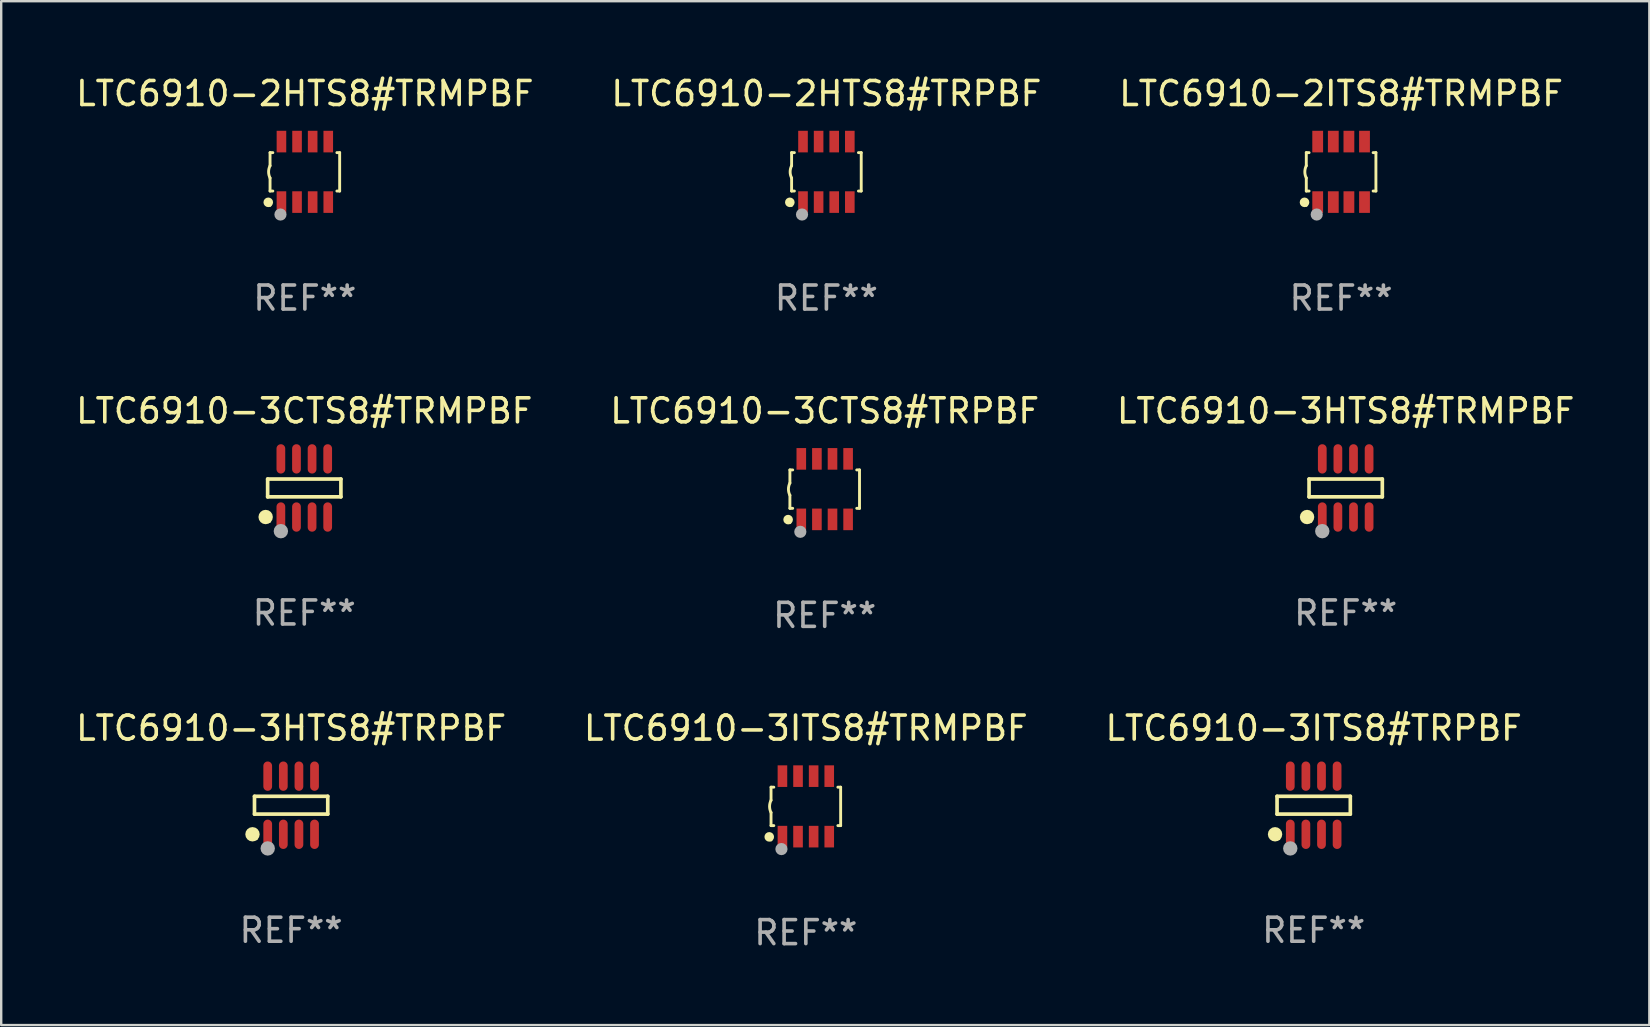
<source format=kicad_pcb>
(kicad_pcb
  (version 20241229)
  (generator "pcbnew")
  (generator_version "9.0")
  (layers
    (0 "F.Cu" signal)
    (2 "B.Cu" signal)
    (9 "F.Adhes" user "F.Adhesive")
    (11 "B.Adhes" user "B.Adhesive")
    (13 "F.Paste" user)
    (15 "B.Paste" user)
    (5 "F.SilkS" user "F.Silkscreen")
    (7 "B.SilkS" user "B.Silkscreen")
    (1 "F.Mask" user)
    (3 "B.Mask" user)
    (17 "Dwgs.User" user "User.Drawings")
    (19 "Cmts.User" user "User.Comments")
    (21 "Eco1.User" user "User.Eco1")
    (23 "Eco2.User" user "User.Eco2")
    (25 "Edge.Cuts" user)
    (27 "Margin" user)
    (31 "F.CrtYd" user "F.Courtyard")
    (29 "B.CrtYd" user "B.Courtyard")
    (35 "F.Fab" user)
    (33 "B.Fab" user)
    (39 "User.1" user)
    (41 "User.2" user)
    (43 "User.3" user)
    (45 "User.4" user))
  (footprint "LTC6910-3CTS8#TRPBF"
    (layer "F.Cu")
    (at 31.304 17.325)
    (property "Reference" "LTC6910-3CTS8#TRPBF" (at 0 -3.26 0) (layer "F.SilkS") (effects (font (size 1 1) (thickness 0.15))))
    (attr through_hole)
    (fp_line (start -1.45 -0.8) (end -1.45 -0.254) (stroke (width 0.12) (type solid)) (layer "F.SilkS"))
    (fp_line (start -1.45 -0.8) (end -1.334 -0.8) (stroke (width 0.12) (type solid)) (layer "F.SilkS"))
    (fp_line (start -1.45 0.8) (end -1.45 0.254) (stroke (width 0.12) (type solid)) (layer "F.SilkS"))
    (fp_line (start -1.45 0.8) (end -1.334 0.8) (stroke (width 0.12) (type solid)) (layer "F.SilkS"))
    (fp_line (start 1.334 -0.8) (end 1.45 -0.8) (stroke (width 0.12) (type solid)) (layer "F.SilkS"))
    (fp_line (start 1.334 0.8) (end 1.45 0.8) (stroke (width 0.12) (type solid)) (layer "F.SilkS"))
    (fp_line (start 1.45 0.8) (end 1.45 -0.8) (stroke (width 0.12) (type solid)) (layer "F.SilkS"))
    (fp_arc (start -1.45075 0.255144) (mid -1.510605 0.000434) (end -1.450013 -0.254102) (stroke (width 0.11999) (type solid)) (layer "F.SilkS"))
    (fp_circle (center -1.524 1.27) (end -1.424 1.27) (stroke (width 0.2) (type solid)) (fill no) (layer "F.SilkS"))
    (fp_circle (center -1.45 1.4) (end -1.42 1.4) (stroke (width 0.06) (type solid)) (fill no) (layer "F.SilkS"))
    (fp_circle (center -1.016 1.778) (end -0.889 1.778) (stroke (width 0.254) (type solid)) (fill no) (layer "F.Fab"))
    (fp_text user "REF**" (at 0 5.26 0) (layer "F.Fab") (effects (font (size 1 1) (thickness 0.15))))
    (pad "1" smd rect (at -0.975 1.26) (size 0.4 0.9) (layers "F.Cu" "F.Mask" "F.Paste"))
    (pad "2" smd rect (at -0.325 1.26) (size 0.4 0.9) (layers "F.Cu" "F.Mask" "F.Paste"))
    (pad "3" smd rect (at 0.325 1.26) (size 0.4 0.9) (layers "F.Cu" "F.Mask" "F.Paste"))
    (pad "4" smd rect (at 0.975 1.26) (size 0.4 0.9) (layers "F.Cu" "F.Mask" "F.Paste"))
    (pad "5" smd rect (at 0.975 -1.26) (size 0.4 0.9) (layers "F.Cu" "F.Mask" "F.Paste"))
    (pad "6" smd rect (at 0.325 -1.26) (size 0.4 0.9) (layers "F.Cu" "F.Mask" "F.Paste"))
    (pad "7" smd rect (at -0.325 -1.26) (size 0.4 0.9) (layers "F.Cu" "F.Mask" "F.Paste"))
    (pad "8" smd rect (at -0.975 -1.26) (size 0.4 0.9) (layers "F.Cu" "F.Mask" "F.Paste")))
  (footprint "LTC6910-2ITS8#TRMPBF"
    (layer "F.Cu")
    (at 52.815 4.108)
    (property "Reference" "LTC6910-2ITS8#TRMPBF" (at 0 -3.26 0) (layer "F.SilkS") (effects (font (size 1 1) (thickness 0.15))))
    (attr through_hole)
    (fp_line (start -1.45 -0.8) (end -1.45 -0.254) (stroke (width 0.12) (type solid)) (layer "F.SilkS"))
    (fp_line (start -1.45 -0.8) (end -1.334 -0.8) (stroke (width 0.12) (type solid)) (layer "F.SilkS"))
    (fp_line (start -1.45 0.8) (end -1.45 0.254) (stroke (width 0.12) (type solid)) (layer "F.SilkS"))
    (fp_line (start -1.45 0.8) (end -1.334 0.8) (stroke (width 0.12) (type solid)) (layer "F.SilkS"))
    (fp_line (start 1.334 -0.8) (end 1.45 -0.8) (stroke (width 0.12) (type solid)) (layer "F.SilkS"))
    (fp_line (start 1.334 0.8) (end 1.45 0.8) (stroke (width 0.12) (type solid)) (layer "F.SilkS"))
    (fp_line (start 1.45 0.8) (end 1.45 -0.8) (stroke (width 0.12) (type solid)) (layer "F.SilkS"))
    (fp_arc (start -1.45075 0.255144) (mid -1.510605 0.000434) (end -1.450013 -0.254102) (stroke (width 0.11999) (type solid)) (layer "F.SilkS"))
    (fp_circle (center -1.524 1.27) (end -1.424 1.27) (stroke (width 0.2) (type solid)) (fill no) (layer "F.SilkS"))
    (fp_circle (center -1.45 1.4) (end -1.42 1.4) (stroke (width 0.06) (type solid)) (fill no) (layer "F.SilkS"))
    (fp_circle (center -1.016 1.778) (end -0.889 1.778) (stroke (width 0.254) (type solid)) (fill no) (layer "F.Fab"))
    (fp_text user "REF**" (at 0 5.26 0) (layer "F.Fab") (effects (font (size 1 1) (thickness 0.15))))
    (pad "1" smd rect (at -0.975 1.26) (size 0.45 0.9) (layers "F.Cu" "F.Mask" "F.Paste"))
    (pad "2" smd rect (at -0.325 1.26) (size 0.45 0.9) (layers "F.Cu" "F.Mask" "F.Paste"))
    (pad "3" smd rect (at 0.325 1.26) (size 0.45 0.9) (layers "F.Cu" "F.Mask" "F.Paste"))
    (pad "4" smd rect (at 0.975 1.26) (size 0.45 0.9) (layers "F.Cu" "F.Mask" "F.Paste"))
    (pad "5" smd rect (at 0.975 -1.26) (size 0.45 0.9) (layers "F.Cu" "F.Mask" "F.Paste"))
    (pad "6" smd rect (at 0.325 -1.26) (size 0.45 0.9) (layers "F.Cu" "F.Mask" "F.Paste"))
    (pad "7" smd rect (at -0.325 -1.26) (size 0.45 0.9) (layers "F.Cu" "F.Mask" "F.Paste"))
    (pad "8" smd rect (at -0.975 -1.26) (size 0.45 0.9) (layers "F.Cu" "F.Mask" "F.Paste")))
  (footprint "LTC6910-3CTS8#TRMPBF"
    (layer "F.Cu")
    (at 9.625 17.276)
    (property "Reference" "LTC6910-3CTS8#TRMPBF" (at 0 -3.211 0) (layer "F.SilkS") (effects (font (size 1 1) (thickness 0.15))))
    (attr through_hole)
    (fp_line (start -1.526 -0.371) (end 1.526 -0.371) (stroke (width 0.152) (type solid)) (layer "F.SilkS"))
    (fp_line (start -1.526 0.371) (end -1.526 -0.371) (stroke (width 0.152) (type solid)) (layer "F.SilkS"))
    (fp_line (start 1.526 -0.371) (end 1.526 0.371) (stroke (width 0.152) (type solid)) (layer "F.SilkS"))
    (fp_line (start 1.526 0.371) (end -1.526 0.371) (stroke (width 0.152) (type solid)) (layer "F.SilkS"))
    (fp_circle (center -1.609 1.211) (end -1.459 1.211) (stroke (width 0.3) (type solid)) (fill no) (layer "F.SilkS"))
    (fp_circle (center -1.45 1.4) (end -1.42 1.4) (stroke (width 0.06) (type solid)) (fill no) (layer "F.SilkS"))
    (fp_circle (center -0.975 1.8) (end -0.825 1.8) (stroke (width 0.3) (type solid)) (fill no) (layer "F.Fab"))
    (fp_text user "REF**" (at 0 5.211 0) (layer "F.Fab") (effects (font (size 1 1) (thickness 0.15))))
    (pad "1" smd oval (at -0.975 1.211) (size 0.364 1.222) (layers "F.Cu" "F.Mask" "F.Paste"))
    (pad "2" smd oval (at -0.325 1.211) (size 0.364 1.222) (layers "F.Cu" "F.Mask" "F.Paste"))
    (pad "3" smd oval (at 0.325 1.211) (size 0.364 1.222) (layers "F.Cu" "F.Mask" "F.Paste"))
    (pad "4" smd oval (at 0.975 1.211) (size 0.364 1.222) (layers "F.Cu" "F.Mask" "F.Paste"))
    (pad "5" smd oval (at 0.975 -1.211) (size 0.364 1.222) (layers "F.Cu" "F.Mask" "F.Paste"))
    (pad "6" smd oval (at 0.325 -1.211) (size 0.364 1.222) (layers "F.Cu" "F.Mask" "F.Paste"))
    (pad "7" smd oval (at -0.325 -1.211) (size 0.364 1.222) (layers "F.Cu" "F.Mask" "F.Paste"))
    (pad "8" smd oval (at -0.975 -1.211) (size 0.364 1.222) (layers "F.Cu" "F.Mask" "F.Paste")))
  (footprint "LTC6910-3ITS8#TRMPBF"
    (layer "F.Cu")
    (at 30.518 30.541)
    (property "Reference" "LTC6910-3ITS8#TRMPBF" (at 0 -3.26 0) (layer "F.SilkS") (effects (font (size 1 1) (thickness 0.15))))
    (attr through_hole)
    (fp_line (start -1.45 -0.8) (end -1.45 -0.254) (stroke (width 0.12) (type solid)) (layer "F.SilkS"))
    (fp_line (start -1.45 -0.8) (end -1.334 -0.8) (stroke (width 0.12) (type solid)) (layer "F.SilkS"))
    (fp_line (start -1.45 0.8) (end -1.45 0.254) (stroke (width 0.12) (type solid)) (layer "F.SilkS"))
    (fp_line (start -1.45 0.8) (end -1.334 0.8) (stroke (width 0.12) (type solid)) (layer "F.SilkS"))
    (fp_line (start 1.334 -0.8) (end 1.45 -0.8) (stroke (width 0.12) (type solid)) (layer "F.SilkS"))
    (fp_line (start 1.334 0.8) (end 1.45 0.8) (stroke (width 0.12) (type solid)) (layer "F.SilkS"))
    (fp_line (start 1.45 0.8) (end 1.45 -0.8) (stroke (width 0.12) (type solid)) (layer "F.SilkS"))
    (fp_arc (start -1.45075 0.255144) (mid -1.510605 0.000434) (end -1.450013 -0.254102) (stroke (width 0.11999) (type solid)) (layer "F.SilkS"))
    (fp_circle (center -1.524 1.27) (end -1.424 1.27) (stroke (width 0.2) (type solid)) (fill no) (layer "F.SilkS"))
    (fp_circle (center -1.45 1.4) (end -1.42 1.4) (stroke (width 0.06) (type solid)) (fill no) (layer "F.SilkS"))
    (fp_circle (center -1.016 1.778) (end -0.889 1.778) (stroke (width 0.254) (type solid)) (fill no) (layer "F.Fab"))
    (fp_text user "REF**" (at 0 5.26 0) (layer "F.Fab") (effects (font (size 1 1) (thickness 0.15))))
    (pad "1" smd rect (at -0.975 1.26) (size 0.4 0.9) (layers "F.Cu" "F.Mask" "F.Paste"))
    (pad "2" smd rect (at -0.325 1.26) (size 0.4 0.9) (layers "F.Cu" "F.Mask" "F.Paste"))
    (pad "3" smd rect (at 0.325 1.26) (size 0.4 0.9) (layers "F.Cu" "F.Mask" "F.Paste"))
    (pad "4" smd rect (at 0.975 1.26) (size 0.4 0.9) (layers "F.Cu" "F.Mask" "F.Paste"))
    (pad "5" smd rect (at 0.975 -1.26) (size 0.4 0.9) (layers "F.Cu" "F.Mask" "F.Paste"))
    (pad "6" smd rect (at 0.325 -1.26) (size 0.4 0.9) (layers "F.Cu" "F.Mask" "F.Paste"))
    (pad "7" smd rect (at -0.325 -1.26) (size 0.4 0.9) (layers "F.Cu" "F.Mask" "F.Paste"))
    (pad "8" smd rect (at -0.975 -1.26) (size 0.4 0.9) (layers "F.Cu" "F.Mask" "F.Paste")))
  (footprint "LTC6910-2HTS8#TRMPBF"
    (layer "F.Cu")
    (at 9.649 4.108)
    (property "Reference" "LTC6910-2HTS8#TRMPBF" (at 0 -3.26 0) (layer "F.SilkS") (effects (font (size 1 1) (thickness 0.15))))
    (attr through_hole)
    (fp_line (start -1.45 -0.8) (end -1.45 -0.254) (stroke (width 0.12) (type solid)) (layer "F.SilkS"))
    (fp_line (start -1.45 -0.8) (end -1.334 -0.8) (stroke (width 0.12) (type solid)) (layer "F.SilkS"))
    (fp_line (start -1.45 0.8) (end -1.45 0.254) (stroke (width 0.12) (type solid)) (layer "F.SilkS"))
    (fp_line (start -1.45 0.8) (end -1.334 0.8) (stroke (width 0.12) (type solid)) (layer "F.SilkS"))
    (fp_line (start 1.334 -0.8) (end 1.45 -0.8) (stroke (width 0.12) (type solid)) (layer "F.SilkS"))
    (fp_line (start 1.334 0.8) (end 1.45 0.8) (stroke (width 0.12) (type solid)) (layer "F.SilkS"))
    (fp_line (start 1.45 0.8) (end 1.45 -0.8) (stroke (width 0.12) (type solid)) (layer "F.SilkS"))
    (fp_arc (start -1.45075 0.255144) (mid -1.510605 0.000434) (end -1.450013 -0.254102) (stroke (width 0.11999) (type solid)) (layer "F.SilkS"))
    (fp_circle (center -1.524 1.27) (end -1.424 1.27) (stroke (width 0.2) (type solid)) (fill no) (layer "F.SilkS"))
    (fp_circle (center -1.45 1.4) (end -1.42 1.4) (stroke (width 0.06) (type solid)) (fill no) (layer "F.SilkS"))
    (fp_circle (center -1.016 1.778) (end -0.889 1.778) (stroke (width 0.254) (type solid)) (fill no) (layer "F.Fab"))
    (fp_text user "REF**" (at 0 5.26 0) (layer "F.Fab") (effects (font (size 1 1) (thickness 0.15))))
    (pad "1" smd rect (at -0.975 1.26) (size 0.4 0.9) (layers "F.Cu" "F.Mask" "F.Paste"))
    (pad "2" smd rect (at -0.325 1.26) (size 0.4 0.9) (layers "F.Cu" "F.Mask" "F.Paste"))
    (pad "3" smd rect (at 0.325 1.26) (size 0.4 0.9) (layers "F.Cu" "F.Mask" "F.Paste"))
    (pad "4" smd rect (at 0.975 1.26) (size 0.4 0.9) (layers "F.Cu" "F.Mask" "F.Paste"))
    (pad "5" smd rect (at 0.975 -1.26) (size 0.4 0.9) (layers "F.Cu" "F.Mask" "F.Paste"))
    (pad "6" smd rect (at 0.325 -1.26) (size 0.4 0.9) (layers "F.Cu" "F.Mask" "F.Paste"))
    (pad "7" smd rect (at -0.325 -1.26) (size 0.4 0.9) (layers "F.Cu" "F.Mask" "F.Paste"))
    (pad "8" smd rect (at -0.975 -1.26) (size 0.4 0.9) (layers "F.Cu" "F.Mask" "F.Paste")))
  (footprint "LTC6910-3HTS8#TRPBF"
    (layer "F.Cu")
    (at 9.077 30.492)
    (property "Reference" "LTC6910-3HTS8#TRPBF" (at 0 -3.211 0) (layer "F.SilkS") (effects (font (size 1 1) (thickness 0.15))))
    (attr through_hole)
    (fp_line (start -1.526 -0.371) (end 1.526 -0.371) (stroke (width 0.152) (type solid)) (layer "F.SilkS"))
    (fp_line (start -1.526 0.371) (end -1.526 -0.371) (stroke (width 0.152) (type solid)) (layer "F.SilkS"))
    (fp_line (start 1.526 -0.371) (end 1.526 0.371) (stroke (width 0.152) (type solid)) (layer "F.SilkS"))
    (fp_line (start 1.526 0.371) (end -1.526 0.371) (stroke (width 0.152) (type solid)) (layer "F.SilkS"))
    (fp_circle (center -1.609 1.211) (end -1.459 1.211) (stroke (width 0.3) (type solid)) (fill no) (layer "F.SilkS"))
    (fp_circle (center -1.45 1.4) (end -1.42 1.4) (stroke (width 0.06) (type solid)) (fill no) (layer "F.SilkS"))
    (fp_circle (center -0.975 1.8) (end -0.825 1.8) (stroke (width 0.3) (type solid)) (fill no) (layer "F.Fab"))
    (fp_text user "REF**" (at 0 5.211 0) (layer "F.Fab") (effects (font (size 1 1) (thickness 0.15))))
    (pad "1" smd oval (at -0.975 1.211) (size 0.364 1.222) (layers "F.Cu" "F.Mask" "F.Paste"))
    (pad "2" smd oval (at -0.325 1.211) (size 0.364 1.222) (layers "F.Cu" "F.Mask" "F.Paste"))
    (pad "3" smd oval (at 0.325 1.211) (size 0.364 1.222) (layers "F.Cu" "F.Mask" "F.Paste"))
    (pad "4" smd oval (at 0.975 1.211) (size 0.364 1.222) (layers "F.Cu" "F.Mask" "F.Paste"))
    (pad "5" smd oval (at 0.975 -1.211) (size 0.364 1.222) (layers "F.Cu" "F.Mask" "F.Paste"))
    (pad "6" smd oval (at 0.325 -1.211) (size 0.364 1.222) (layers "F.Cu" "F.Mask" "F.Paste"))
    (pad "7" smd oval (at -0.325 -1.211) (size 0.364 1.222) (layers "F.Cu" "F.Mask" "F.Paste"))
    (pad "8" smd oval (at -0.975 -1.211) (size 0.364 1.222) (layers "F.Cu" "F.Mask" "F.Paste")))
  (footprint "LTC6910-3ITS8#TRPBF"
    (layer "F.Cu")
    (at 51.673 30.492)
    (property "Reference" "LTC6910-3ITS8#TRPBF" (at 0 -3.211 0) (layer "F.SilkS") (effects (font (size 1 1) (thickness 0.15))))
    (attr through_hole)
    (fp_line (start -1.526 -0.371) (end 1.526 -0.371) (stroke (width 0.152) (type solid)) (layer "F.SilkS"))
    (fp_line (start -1.526 0.371) (end -1.526 -0.371) (stroke (width 0.152) (type solid)) (layer "F.SilkS"))
    (fp_line (start 1.526 -0.371) (end 1.526 0.371) (stroke (width 0.152) (type solid)) (layer "F.SilkS"))
    (fp_line (start 1.526 0.371) (end -1.526 0.371) (stroke (width 0.152) (type solid)) (layer "F.SilkS"))
    (fp_circle (center -1.609 1.211) (end -1.459 1.211) (stroke (width 0.3) (type solid)) (fill no) (layer "F.SilkS"))
    (fp_circle (center -1.45 1.4) (end -1.42 1.4) (stroke (width 0.06) (type solid)) (fill no) (layer "F.SilkS"))
    (fp_circle (center -0.975 1.8) (end -0.825 1.8) (stroke (width 0.3) (type solid)) (fill no) (layer "F.Fab"))
    (fp_text user "REF**" (at 0 5.211 0) (layer "F.Fab") (effects (font (size 1 1) (thickness 0.15))))
    (pad "1" smd oval (at -0.975 1.211) (size 0.364 1.222) (layers "F.Cu" "F.Mask" "F.Paste"))
    (pad "2" smd oval (at -0.325 1.211) (size 0.364 1.222) (layers "F.Cu" "F.Mask" "F.Paste"))
    (pad "3" smd oval (at 0.325 1.211) (size 0.364 1.222) (layers "F.Cu" "F.Mask" "F.Paste"))
    (pad "4" smd oval (at 0.975 1.211) (size 0.364 1.222) (layers "F.Cu" "F.Mask" "F.Paste"))
    (pad "5" smd oval (at 0.975 -1.211) (size 0.364 1.222) (layers "F.Cu" "F.Mask" "F.Paste"))
    (pad "6" smd oval (at 0.325 -1.211) (size 0.364 1.222) (layers "F.Cu" "F.Mask" "F.Paste"))
    (pad "7" smd oval (at -0.325 -1.211) (size 0.364 1.222) (layers "F.Cu" "F.Mask" "F.Paste"))
    (pad "8" smd oval (at -0.975 -1.211) (size 0.364 1.222) (layers "F.Cu" "F.Mask" "F.Paste")))
  (footprint "LTC6910-2HTS8#TRPBF"
    (layer "F.Cu")
    (at 31.375 4.108)
    (property "Reference" "LTC6910-2HTS8#TRPBF" (at 0 -3.26 0) (layer "F.SilkS") (effects (font (size 1 1) (thickness 0.15))))
    (attr through_hole)
    (fp_line (start -1.45 -0.8) (end -1.45 -0.254) (stroke (width 0.12) (type solid)) (layer "F.SilkS"))
    (fp_line (start -1.45 -0.8) (end -1.334 -0.8) (stroke (width 0.12) (type solid)) (layer "F.SilkS"))
    (fp_line (start -1.45 0.8) (end -1.45 0.254) (stroke (width 0.12) (type solid)) (layer "F.SilkS"))
    (fp_line (start -1.45 0.8) (end -1.334 0.8) (stroke (width 0.12) (type solid)) (layer "F.SilkS"))
    (fp_line (start 1.334 -0.8) (end 1.45 -0.8) (stroke (width 0.12) (type solid)) (layer "F.SilkS"))
    (fp_line (start 1.334 0.8) (end 1.45 0.8) (stroke (width 0.12) (type solid)) (layer "F.SilkS"))
    (fp_line (start 1.45 0.8) (end 1.45 -0.8) (stroke (width 0.12) (type solid)) (layer "F.SilkS"))
    (fp_arc (start -1.45075 0.255144) (mid -1.510605 0.000434) (end -1.450013 -0.254102) (stroke (width 0.11999) (type solid)) (layer "F.SilkS"))
    (fp_circle (center -1.524 1.27) (end -1.424 1.27) (stroke (width 0.2) (type solid)) (fill no) (layer "F.SilkS"))
    (fp_circle (center -1.45 1.4) (end -1.42 1.4) (stroke (width 0.06) (type solid)) (fill no) (layer "F.SilkS"))
    (fp_circle (center -1.016 1.778) (end -0.889 1.778) (stroke (width 0.254) (type solid)) (fill no) (layer "F.Fab"))
    (fp_text user "REF**" (at 0 5.26 0) (layer "F.Fab") (effects (font (size 1 1) (thickness 0.15))))
    (pad "1" smd rect (at -0.975 1.26) (size 0.4 0.9) (layers "F.Cu" "F.Mask" "F.Paste"))
    (pad "2" smd rect (at -0.325 1.26) (size 0.4 0.9) (layers "F.Cu" "F.Mask" "F.Paste"))
    (pad "3" smd rect (at 0.325 1.26) (size 0.4 0.9) (layers "F.Cu" "F.Mask" "F.Paste"))
    (pad "4" smd rect (at 0.975 1.26) (size 0.4 0.9) (layers "F.Cu" "F.Mask" "F.Paste"))
    (pad "5" smd rect (at 0.975 -1.26) (size 0.4 0.9) (layers "F.Cu" "F.Mask" "F.Paste"))
    (pad "6" smd rect (at 0.325 -1.26) (size 0.4 0.9) (layers "F.Cu" "F.Mask" "F.Paste"))
    (pad "7" smd rect (at -0.325 -1.26) (size 0.4 0.9) (layers "F.Cu" "F.Mask" "F.Paste"))
    (pad "8" smd rect (at -0.975 -1.26) (size 0.4 0.9) (layers "F.Cu" "F.Mask" "F.Paste")))
  (footprint "LTC6910-3HTS8#TRMPBF"
    (layer "F.Cu")
    (at 53.006 17.276)
    (property "Reference" "LTC6910-3HTS8#TRMPBF" (at 0 -3.211 0) (layer "F.SilkS") (effects (font (size 1 1) (thickness 0.15))))
    (attr through_hole)
    (fp_line (start -1.526 -0.371) (end 1.526 -0.371) (stroke (width 0.152) (type solid)) (layer "F.SilkS"))
    (fp_line (start -1.526 0.371) (end -1.526 -0.371) (stroke (width 0.152) (type solid)) (layer "F.SilkS"))
    (fp_line (start 1.526 -0.371) (end 1.526 0.371) (stroke (width 0.152) (type solid)) (layer "F.SilkS"))
    (fp_line (start 1.526 0.371) (end -1.526 0.371) (stroke (width 0.152) (type solid)) (layer "F.SilkS"))
    (fp_circle (center -1.609 1.211) (end -1.459 1.211) (stroke (width 0.3) (type solid)) (fill no) (layer "F.SilkS"))
    (fp_circle (center -1.45 1.4) (end -1.42 1.4) (stroke (width 0.06) (type solid)) (fill no) (layer "F.SilkS"))
    (fp_circle (center -0.975 1.8) (end -0.825 1.8) (stroke (width 0.3) (type solid)) (fill no) (layer "F.Fab"))
    (fp_text user "REF**" (at 0 5.211 0) (layer "F.Fab") (effects (font (size 1 1) (thickness 0.15))))
    (pad "1" smd oval (at -0.975 1.211) (size 0.364 1.222) (layers "F.Cu" "F.Mask" "F.Paste"))
    (pad "2" smd oval (at -0.325 1.211) (size 0.364 1.222) (layers "F.Cu" "F.Mask" "F.Paste"))
    (pad "3" smd oval (at 0.325 1.211) (size 0.364 1.222) (layers "F.Cu" "F.Mask" "F.Paste"))
    (pad "4" smd oval (at 0.975 1.211) (size 0.364 1.222) (layers "F.Cu" "F.Mask" "F.Paste"))
    (pad "5" smd oval (at 0.975 -1.211) (size 0.364 1.222) (layers "F.Cu" "F.Mask" "F.Paste"))
    (pad "6" smd oval (at 0.325 -1.211) (size 0.364 1.222) (layers "F.Cu" "F.Mask" "F.Paste"))
    (pad "7" smd oval (at -0.325 -1.211) (size 0.364 1.222) (layers "F.Cu" "F.Mask" "F.Paste"))
    (pad "8" smd oval (at -0.975 -1.211) (size 0.364 1.222) (layers "F.Cu" "F.Mask" "F.Paste")))
  (gr_rect
    (start -3 -3)
    (end 65.655 39.649)
    (stroke (width 0.1) (type default))
    (fill no)
    (layer "Edge.Cuts")))
</source>
